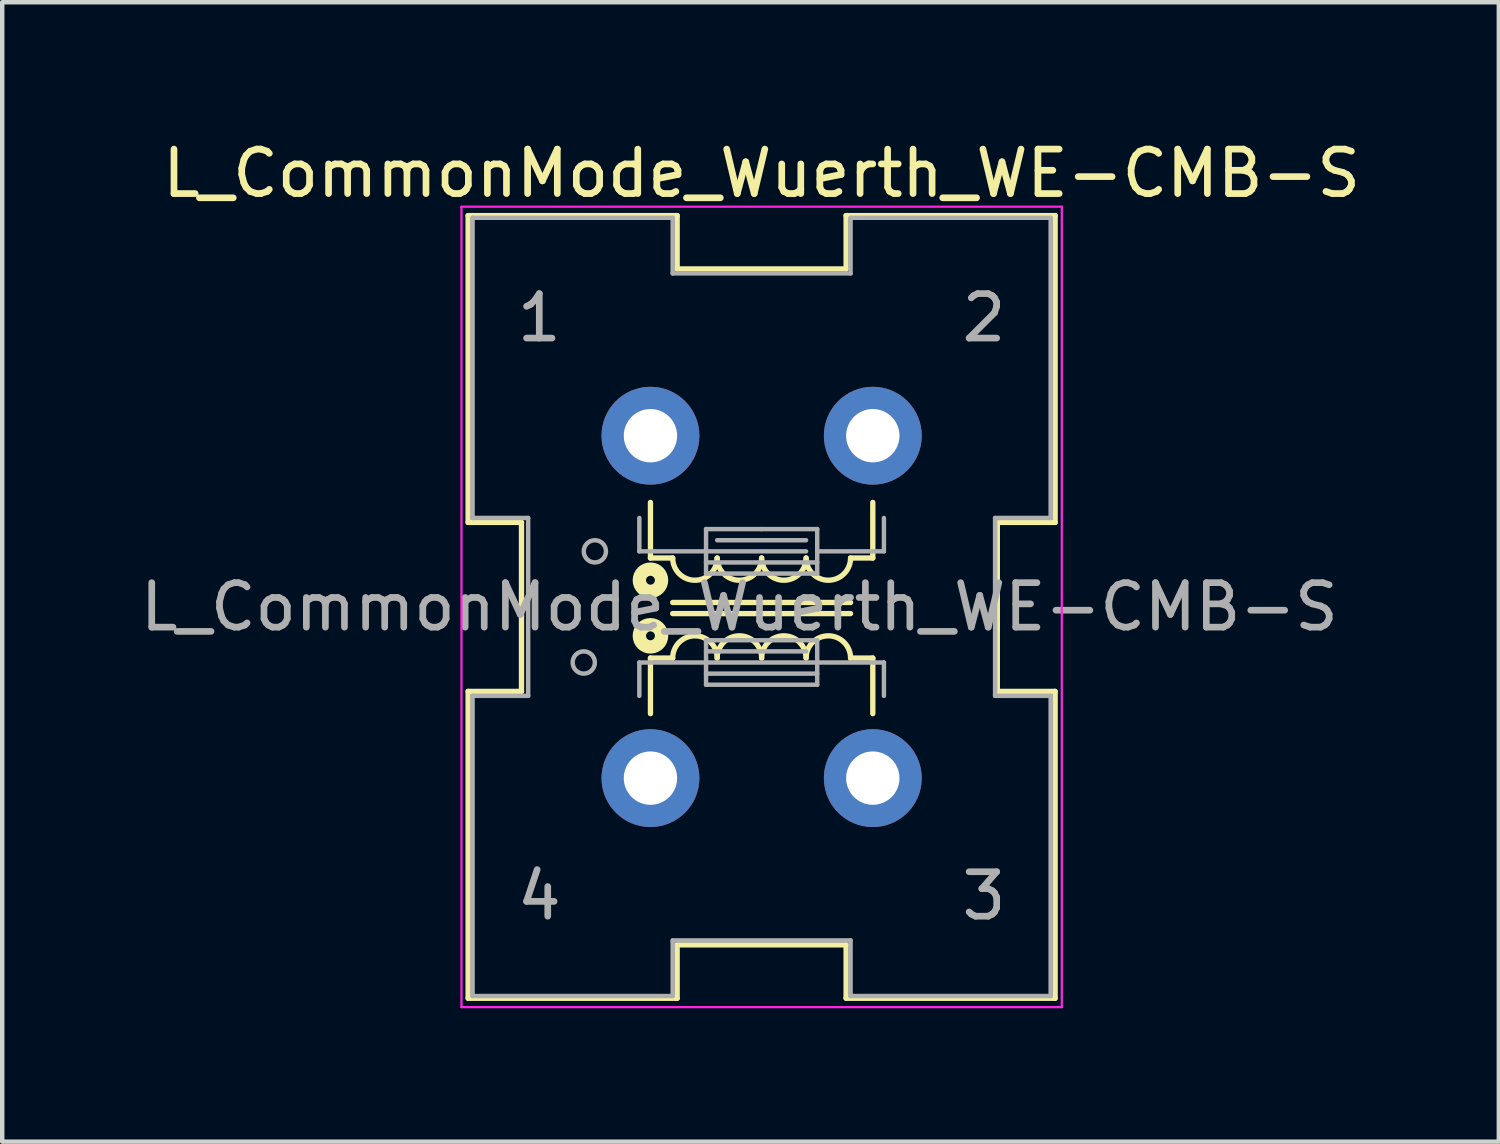
<source format=kicad_pcb>
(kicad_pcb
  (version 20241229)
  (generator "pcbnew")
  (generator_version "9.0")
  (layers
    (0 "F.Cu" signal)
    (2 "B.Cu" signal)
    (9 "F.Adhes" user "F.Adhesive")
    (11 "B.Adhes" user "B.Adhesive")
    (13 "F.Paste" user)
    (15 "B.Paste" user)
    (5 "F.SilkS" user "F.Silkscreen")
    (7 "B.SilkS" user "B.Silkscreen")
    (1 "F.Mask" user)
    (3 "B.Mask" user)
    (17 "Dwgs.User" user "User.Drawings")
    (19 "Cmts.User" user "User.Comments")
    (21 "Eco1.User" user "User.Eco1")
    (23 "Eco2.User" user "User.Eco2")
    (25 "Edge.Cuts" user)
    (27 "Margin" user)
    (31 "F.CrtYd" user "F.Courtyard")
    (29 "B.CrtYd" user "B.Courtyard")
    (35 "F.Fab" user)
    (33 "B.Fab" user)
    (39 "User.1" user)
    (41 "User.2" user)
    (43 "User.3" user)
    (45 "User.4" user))
  (footprint "L_CommonMode_Wuerth_WE-CMB-S"
    (layer "F.Cu")
    (at 11.577 6.748)
    (property "Reference" "L_CommonMode_Wuerth_WE-CMB-S" (at 2.5 -5.9 0) (layer "F.SilkS") (effects (font (size 1 1) (thickness 0.15))))
    (attr through_hole)
    (fp_line (start -4.1 -4.95) (end -4 -4.95) (stroke (width 0.12) (type solid)) (layer "F.SilkS"))
    (fp_line (start -4.1 1.95) (end -4.1 -4.95) (stroke (width 0.12) (type solid)) (layer "F.SilkS"))
    (fp_line (start -4.1 5.75) (end -2.9 5.75) (stroke (width 0.12) (type solid)) (layer "F.SilkS"))
    (fp_line (start -4.1 12.65) (end -4.1 5.75) (stroke (width 0.12) (type solid)) (layer "F.SilkS"))
    (fp_line (start -4 -4.95) (end 0.6 -4.95) (stroke (width 0.12) (type solid)) (layer "F.SilkS"))
    (fp_line (start -2.9 1.95) (end -4.1 1.95) (stroke (width 0.12) (type solid)) (layer "F.SilkS"))
    (fp_line (start -2.9 5.75) (end -2.9 1.95) (stroke (width 0.12) (type solid)) (layer "F.SilkS"))
    (fp_line (start 0 2.75) (end 0 1.5) (stroke (width 0.12) (type solid)) (layer "F.SilkS"))
    (fp_line (start 0 5) (end 0 6.25) (stroke (width 0.12) (type solid)) (layer "F.SilkS"))
    (fp_line (start 0.5 2.75) (end 0 2.75) (stroke (width 0.12) (type solid)) (layer "F.SilkS"))
    (fp_line (start 0.5 5) (end 0 5) (stroke (width 0.12) (type solid)) (layer "F.SilkS"))
    (fp_line (start 0.6 -4.95) (end 0.6 -3.75) (stroke (width 0.12) (type solid)) (layer "F.SilkS"))
    (fp_line (start 0.6 -3.75) (end 4.4 -3.75) (stroke (width 0.12) (type solid)) (layer "F.SilkS"))
    (fp_line (start 0.6 11.45) (end 0.6 12.65) (stroke (width 0.12) (type solid)) (layer "F.SilkS"))
    (fp_line (start 0.6 12.65) (end -4.1 12.65) (stroke (width 0.12) (type solid)) (layer "F.SilkS"))
    (fp_line (start 4.4 -4.95) (end 9.1 -4.95) (stroke (width 0.12) (type solid)) (layer "F.SilkS"))
    (fp_line (start 4.4 -3.75) (end 4.4 -4.95) (stroke (width 0.12) (type solid)) (layer "F.SilkS"))
    (fp_line (start 4.4 11.45) (end 0.6 11.45) (stroke (width 0.12) (type solid)) (layer "F.SilkS"))
    (fp_line (start 4.4 12.65) (end 4.4 11.45) (stroke (width 0.12) (type solid)) (layer "F.SilkS"))
    (fp_line (start 4.5 2.75) (end 5 2.75) (stroke (width 0.12) (type solid)) (layer "F.SilkS"))
    (fp_line (start 4.5 3.75) (end 0.5 3.75) (stroke (width 0.12) (type solid)) (layer "F.SilkS"))
    (fp_line (start 4.5 4) (end 0.5 4) (stroke (width 0.12) (type solid)) (layer "F.SilkS"))
    (fp_line (start 4.5 5) (end 5 5) (stroke (width 0.12) (type solid)) (layer "F.SilkS"))
    (fp_line (start 5 2.75) (end 5 1.5) (stroke (width 0.12) (type solid)) (layer "F.SilkS"))
    (fp_line (start 5 5) (end 5 6.25) (stroke (width 0.12) (type solid)) (layer "F.SilkS"))
    (fp_line (start 7.8 1.95) (end 7.8 5.75) (stroke (width 0.12) (type solid)) (layer "F.SilkS"))
    (fp_line (start 7.8 5.75) (end 9.1 5.75) (stroke (width 0.12) (type solid)) (layer "F.SilkS"))
    (fp_line (start 9.1 -4.95) (end 9.1 1.95) (stroke (width 0.12) (type solid)) (layer "F.SilkS"))
    (fp_line (start 9.1 1.95) (end 7.8 1.95) (stroke (width 0.12) (type solid)) (layer "F.SilkS"))
    (fp_line (start 9.1 5.75) (end 9.1 12.65) (stroke (width 0.12) (type solid)) (layer "F.SilkS"))
    (fp_line (start 9.1 12.65) (end 4.4 12.65) (stroke (width 0.12) (type solid)) (layer "F.SilkS"))
    (fp_arc (start 0.5 5) (mid 1 4.5) (end 1.5 5) (stroke (width 0.12) (type solid)) (layer "F.SilkS"))
    (fp_arc (start 1.5 2.75) (mid 1 3.25) (end 0.5 2.75) (stroke (width 0.12) (type solid)) (layer "F.SilkS"))
    (fp_arc (start 1.5 5) (mid 2 4.5) (end 2.5 5) (stroke (width 0.12) (type solid)) (layer "F.SilkS"))
    (fp_arc (start 2.5 2.75) (mid 2 3.25) (end 1.5 2.75) (stroke (width 0.12) (type solid)) (layer "F.SilkS"))
    (fp_arc (start 2.5 5) (mid 3 4.5) (end 3.5 5) (stroke (width 0.12) (type solid)) (layer "F.SilkS"))
    (fp_arc (start 3.5 2.75) (mid 3 3.25) (end 2.5 2.75) (stroke (width 0.12) (type solid)) (layer "F.SilkS"))
    (fp_arc (start 3.5 5) (mid 4 4.5) (end 4.5 5) (stroke (width 0.12) (type solid)) (layer "F.SilkS"))
    (fp_arc (start 4.5 2.75) (mid 4 3.25) (end 3.5 2.75) (stroke (width 0.12) (type solid)) (layer "F.SilkS"))
    (fp_circle (center 0 3.25) (end 0.1 3.25) (stroke (width 0.3) (type solid)) (fill no) (layer "F.SilkS"))
    (fp_circle (center 0 4.5) (end 0.1 4.5) (stroke (width 0.3) (type solid)) (fill no) (layer "F.SilkS"))
    (fp_line (start -4.25 -5.15) (end -4.25 12.85) (stroke (width 0.05) (type solid)) (layer "F.CrtYd"))
    (fp_line (start -4.25 12.85) (end 9.25 12.85) (stroke (width 0.05) (type solid)) (layer "F.CrtYd"))
    (fp_line (start 9.25 -5.15) (end -4.25 -5.15) (stroke (width 0.05) (type solid)) (layer "F.CrtYd"))
    (fp_line (start 9.25 12.85) (end 9.25 -5.15) (stroke (width 0.05) (type solid)) (layer "F.CrtYd"))
    (fp_line (start -4 -4.9) (end -4 1.85) (stroke (width 0.1) (type solid)) (layer "F.Fab"))
    (fp_line (start -4 1.85) (end -2.75 1.85) (stroke (width 0.1) (type solid)) (layer "F.Fab"))
    (fp_line (start -4 5.85) (end -4 12.6) (stroke (width 0.1) (type solid)) (layer "F.Fab"))
    (fp_line (start -4 12.6) (end 0.5 12.6) (stroke (width 0.1) (type solid)) (layer "F.Fab"))
    (fp_line (start -2.75 1.85) (end -2.75 5.85) (stroke (width 0.1) (type solid)) (layer "F.Fab"))
    (fp_line (start -2.75 5.85) (end -4 5.85) (stroke (width 0.1) (type solid)) (layer "F.Fab"))
    (fp_line (start -0.25 2.6) (end -0.25 1.85) (stroke (width 0.1) (type solid)) (layer "F.Fab"))
    (fp_line (start -0.25 5.1) (end -0.25 5.85) (stroke (width 0.1) (type solid)) (layer "F.Fab"))
    (fp_line (start 0.5 -4.9) (end -4 -4.9) (stroke (width 0.1) (type solid)) (layer "F.Fab"))
    (fp_line (start 0.5 -3.65) (end 0.5 -4.9) (stroke (width 0.1) (type solid)) (layer "F.Fab"))
    (fp_line (start 0.5 11.35) (end 4.5 11.35) (stroke (width 0.1) (type solid)) (layer "F.Fab"))
    (fp_line (start 0.5 12.6) (end 0.5 11.35) (stroke (width 0.1) (type solid)) (layer "F.Fab"))
    (fp_line (start 1.25 2.1) (end 2.5 2.1) (stroke (width 0.1) (type solid)) (layer "F.Fab"))
    (fp_line (start 1.25 2.6) (end -0.25 2.6) (stroke (width 0.1) (type solid)) (layer "F.Fab"))
    (fp_line (start 1.25 2.85) (end 3.75 2.85) (stroke (width 0.1) (type solid)) (layer "F.Fab"))
    (fp_line (start 1.25 3.1) (end 1.25 2.1) (stroke (width 0.1) (type solid)) (layer "F.Fab"))
    (fp_line (start 1.25 4.6) (end 3.75 4.6) (stroke (width 0.1) (type solid)) (layer "F.Fab"))
    (fp_line (start 1.25 4.85) (end 3.5 4.85) (stroke (width 0.1) (type solid)) (layer "F.Fab"))
    (fp_line (start 1.25 5.1) (end -0.25 5.1) (stroke (width 0.1) (type solid)) (layer "F.Fab"))
    (fp_line (start 1.25 5.6) (end 1.25 4.6) (stroke (width 0.1) (type solid)) (layer "F.Fab"))
    (fp_line (start 2.5 2.1) (end 3.75 2.1) (stroke (width 0.1) (type solid)) (layer "F.Fab"))
    (fp_line (start 3.5 2.35) (end 1.5 2.35) (stroke (width 0.1) (type solid)) (layer "F.Fab"))
    (fp_line (start 3.5 2.6) (end 1.25 2.6) (stroke (width 0.1) (type solid)) (layer "F.Fab"))
    (fp_line (start 3.75 2.1) (end 3.75 3.1) (stroke (width 0.1) (type solid)) (layer "F.Fab"))
    (fp_line (start 3.75 2.6) (end 5.25 2.6) (stroke (width 0.1) (type solid)) (layer "F.Fab"))
    (fp_line (start 3.75 3.1) (end 1.25 3.1) (stroke (width 0.1) (type solid)) (layer "F.Fab"))
    (fp_line (start 3.75 4.6) (end 3.75 5.6) (stroke (width 0.1) (type solid)) (layer "F.Fab"))
    (fp_line (start 3.75 5.1) (end 1.25 5.1) (stroke (width 0.1) (type solid)) (layer "F.Fab"))
    (fp_line (start 3.75 5.1) (end 5.25 5.1) (stroke (width 0.1) (type solid)) (layer "F.Fab"))
    (fp_line (start 3.75 5.35) (end 1.25 5.35) (stroke (width 0.1) (type solid)) (layer "F.Fab"))
    (fp_line (start 3.75 5.6) (end 1.25 5.6) (stroke (width 0.1) (type solid)) (layer "F.Fab"))
    (fp_line (start 4.5 -4.9) (end 4.5 -3.65) (stroke (width 0.1) (type solid)) (layer "F.Fab"))
    (fp_line (start 4.5 -3.65) (end 0.5 -3.65) (stroke (width 0.1) (type solid)) (layer "F.Fab"))
    (fp_line (start 4.5 11.35) (end 4.5 12.6) (stroke (width 0.1) (type solid)) (layer "F.Fab"))
    (fp_line (start 4.5 12.6) (end 9 12.6) (stroke (width 0.1) (type solid)) (layer "F.Fab"))
    (fp_line (start 5.25 2.6) (end 5.25 1.85) (stroke (width 0.1) (type solid)) (layer "F.Fab"))
    (fp_line (start 5.25 5.1) (end 5.25 5.85) (stroke (width 0.1) (type solid)) (layer "F.Fab"))
    (fp_line (start 7.75 1.85) (end 9 1.85) (stroke (width 0.1) (type solid)) (layer "F.Fab"))
    (fp_line (start 7.75 5.85) (end 7.75 1.85) (stroke (width 0.1) (type solid)) (layer "F.Fab"))
    (fp_line (start 9 -4.9) (end 4.5 -4.9) (stroke (width 0.1) (type solid)) (layer "F.Fab"))
    (fp_line (start 9 1.85) (end 9 -4.9) (stroke (width 0.1) (type solid)) (layer "F.Fab"))
    (fp_line (start 9 5.85) (end 7.75 5.85) (stroke (width 0.1) (type solid)) (layer "F.Fab"))
    (fp_line (start 9 12.6) (end 9 5.85) (stroke (width 0.1) (type solid)) (layer "F.Fab"))
    (fp_circle (center -1.5 5.1) (end -1.5 4.85) (stroke (width 0.1) (type solid)) (fill no) (layer "F.Fab"))
    (fp_circle (center -1.25 2.6) (end -1 2.6) (stroke (width 0.1) (type solid)) (fill no) (layer "F.Fab"))
    (fp_text user "1" (at -2.5 -2.65 0) (layer "F.Fab") (effects (font (size 1 1) (thickness 0.15))))
    (fp_text user "${REFERENCE}" (at 2 3.85 0) (layer "F.Fab") (effects (font (size 1 1) (thickness 0.15))))
    (fp_text user "4" (at -2.5 10.35 0) (layer "F.Fab") (effects (font (size 1 1) (thickness 0.15))))
    (fp_text user "2" (at 7.5 -2.65 0) (layer "F.Fab") (effects (font (size 1 1) (thickness 0.15))))
    (fp_text user "3" (at 7.5 10.35 0) (layer "F.Fab") (effects (font (size 1 1) (thickness 0.15))))
    (pad "1" thru_hole circle (at 0 0) (size 2.2 2.2) (drill 1.2) (layers "*.Cu" "*.Mask"))
    (pad "2" thru_hole circle (at 5 0) (size 2.2 2.2) (drill 1.2) (layers "*.Cu" "*.Mask"))
    (pad "3" thru_hole circle (at 5 7.7) (size 2.2 2.2) (drill 1.2) (layers "*.Cu" "*.Mask"))
    (pad "4" thru_hole circle (at 0 7.7) (size 2.2 2.2) (drill 1.2) (layers "*.Cu" "*.Mask")))
  (gr_rect
    (start -3 -3)
    (end 30.655 22.623)
    (stroke (width 0.1) (type default))
    (fill no)
    (layer "Edge.Cuts")))
</source>
